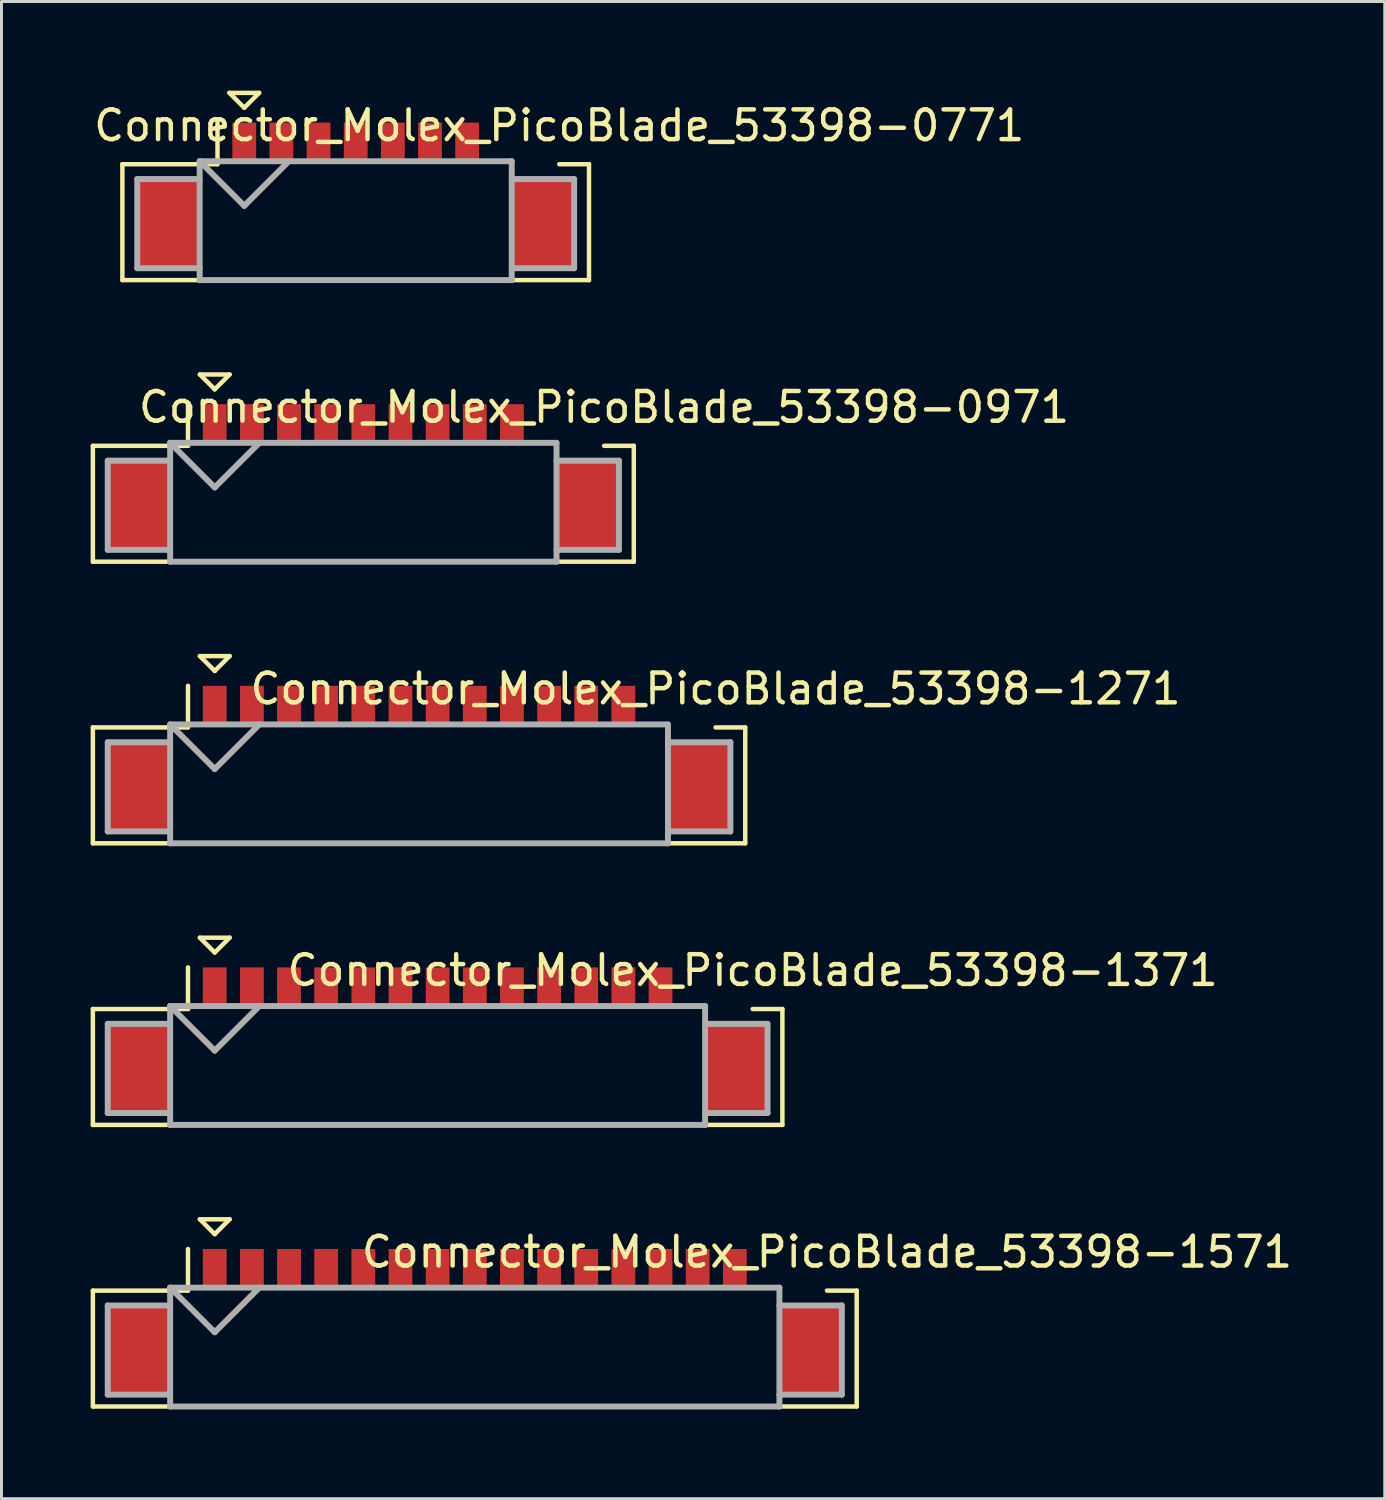
<source format=kicad_pcb>
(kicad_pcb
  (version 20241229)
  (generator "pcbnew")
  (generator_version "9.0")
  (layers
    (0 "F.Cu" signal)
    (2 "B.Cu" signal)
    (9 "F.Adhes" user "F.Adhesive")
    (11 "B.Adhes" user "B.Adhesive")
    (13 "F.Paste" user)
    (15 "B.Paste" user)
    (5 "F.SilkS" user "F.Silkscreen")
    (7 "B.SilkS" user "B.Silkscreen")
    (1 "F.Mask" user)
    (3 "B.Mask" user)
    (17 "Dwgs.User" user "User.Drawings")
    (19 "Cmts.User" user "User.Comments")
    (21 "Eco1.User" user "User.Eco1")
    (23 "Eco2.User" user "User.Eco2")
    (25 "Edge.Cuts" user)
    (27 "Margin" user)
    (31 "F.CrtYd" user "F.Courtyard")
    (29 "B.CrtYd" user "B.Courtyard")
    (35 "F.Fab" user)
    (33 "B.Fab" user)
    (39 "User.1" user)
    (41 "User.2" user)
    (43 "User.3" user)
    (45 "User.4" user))
  (footprint "Connector_Molex_PicoBlade_53398-0971"
    (layer "F.Cu")
    (at 9.175 13.95)
    (property "Reference" "Connector_Molex_PicoBlade_53398-0971" (at 8.1 -3.3 0) (layer "F.SilkS") (effects (font (size 1 1) (thickness 0.15))))
    (attr through_hole)
    (fp_line (start -9.1 -2) (end -9.1 1.9) (stroke (width 0.15) (type solid)) (layer "F.SilkS"))
    (fp_line (start -9.1 1.9) (end 9.1 1.9) (stroke (width 0.15) (type solid)) (layer "F.SilkS"))
    (fp_line (start -5.9 -3.4) (end -5.9 -2) (stroke (width 0.15) (type solid)) (layer "F.SilkS"))
    (fp_line (start -5.9 -2) (end -9.1 -2) (stroke (width 0.15) (type solid)) (layer "F.SilkS"))
    (fp_line (start -5.5 -4.4) (end -4.5 -4.4) (stroke (width 0.15) (type solid)) (layer "F.SilkS"))
    (fp_line (start -5 -3.9) (end -5.5 -4.4) (stroke (width 0.15) (type solid)) (layer "F.SilkS"))
    (fp_line (start -4.5 -4.4) (end -5 -3.9) (stroke (width 0.15) (type solid)) (layer "F.SilkS"))
    (fp_line (start 9.1 -2) (end 8.1 -2) (stroke (width 0.15) (type solid)) (layer "F.SilkS"))
    (fp_line (start 9.1 1.9) (end 9.1 -2) (stroke (width 0.15) (type solid)) (layer "F.SilkS"))
    (fp_line (start -8.6 -1.5) (end -8.6 1.5) (stroke (width 0.2) (type solid)) (layer "F.Fab"))
    (fp_line (start -8.6 1.5) (end -6.5 1.5) (stroke (width 0.2) (type solid)) (layer "F.Fab"))
    (fp_line (start -6.5 -2.1) (end -6.5 1.9) (stroke (width 0.2) (type solid)) (layer "F.Fab"))
    (fp_line (start -6.5 -2.1) (end -5 -0.6) (stroke (width 0.2) (type solid)) (layer "F.Fab"))
    (fp_line (start -6.5 -1.5) (end -8.6 -1.5) (stroke (width 0.2) (type solid)) (layer "F.Fab"))
    (fp_line (start -6.5 1.9) (end 6.5 1.9) (stroke (width 0.2) (type solid)) (layer "F.Fab"))
    (fp_line (start -5 -0.6) (end -3.5 -2.1) (stroke (width 0.2) (type solid)) (layer "F.Fab"))
    (fp_line (start 6.5 -2.1) (end -6.5 -2.1) (stroke (width 0.2) (type solid)) (layer "F.Fab"))
    (fp_line (start 6.5 -1.5) (end 8.6 -1.5) (stroke (width 0.2) (type solid)) (layer "F.Fab"))
    (fp_line (start 6.5 1.9) (end 6.5 -2.1) (stroke (width 0.2) (type solid)) (layer "F.Fab"))
    (fp_line (start 8.6 -1.5) (end 8.6 1.5) (stroke (width 0.2) (type solid)) (layer "F.Fab"))
    (fp_line (start 8.6 1.5) (end 6.5 1.5) (stroke (width 0.2) (type solid)) (layer "F.Fab"))
    (pad "" smd rect (at -7.55 0) (size 2.1 3) (layers "F.Cu" "F.Mask" "F.Paste"))
    (pad "" smd rect (at 7.55 0) (size 2.1 3) (layers "F.Cu" "F.Mask" "F.Paste"))
    (pad "1" smd rect (at -5 -2.75) (size 0.8 1.3) (layers "F.Cu" "F.Mask" "F.Paste"))
    (pad "2" smd rect (at -3.75 -2.75) (size 0.8 1.3) (layers "F.Cu" "F.Mask" "F.Paste"))
    (pad "3" smd rect (at -2.5 -2.75) (size 0.8 1.3) (layers "F.Cu" "F.Mask" "F.Paste"))
    (pad "4" smd rect (at -1.25 -2.75) (size 0.8 1.3) (layers "F.Cu" "F.Mask" "F.Paste"))
    (pad "5" smd rect (at 0 -2.75) (size 0.8 1.3) (layers "F.Cu" "F.Mask" "F.Paste"))
    (pad "6" smd rect (at 1.25 -2.75) (size 0.8 1.3) (layers "F.Cu" "F.Mask" "F.Paste"))
    (pad "7" smd rect (at 2.5 -2.75) (size 0.8 1.3) (layers "F.Cu" "F.Mask" "F.Paste"))
    (pad "8" smd rect (at 3.75 -2.75) (size 0.8 1.3) (layers "F.Cu" "F.Mask" "F.Paste"))
    (pad "9" smd rect (at 5 -2.75) (size 0.8 1.3) (layers "F.Cu" "F.Mask" "F.Paste")))
  (footprint "Connector_Molex_PicoBlade_53398-1571"
    (layer "F.Cu")
    (at 12.925 42.375)
    (property "Reference" "Connector_Molex_PicoBlade_53398-1571" (at 11.85 -3.3 0) (layer "F.SilkS") (effects (font (size 1 1) (thickness 0.15))))
    (attr through_hole)
    (fp_line (start -12.85 -2) (end -12.85 1.9) (stroke (width 0.15) (type solid)) (layer "F.SilkS"))
    (fp_line (start -12.85 1.9) (end 12.85 1.9) (stroke (width 0.15) (type solid)) (layer "F.SilkS"))
    (fp_line (start -9.65 -3.4) (end -9.65 -2) (stroke (width 0.15) (type solid)) (layer "F.SilkS"))
    (fp_line (start -9.65 -2) (end -12.85 -2) (stroke (width 0.15) (type solid)) (layer "F.SilkS"))
    (fp_line (start -9.25 -4.4) (end -8.25 -4.4) (stroke (width 0.15) (type solid)) (layer "F.SilkS"))
    (fp_line (start -8.75 -3.9) (end -9.25 -4.4) (stroke (width 0.15) (type solid)) (layer "F.SilkS"))
    (fp_line (start -8.25 -4.4) (end -8.75 -3.9) (stroke (width 0.15) (type solid)) (layer "F.SilkS"))
    (fp_line (start 12.85 -2) (end 11.85 -2) (stroke (width 0.15) (type solid)) (layer "F.SilkS"))
    (fp_line (start 12.85 1.9) (end 12.85 -2) (stroke (width 0.15) (type solid)) (layer "F.SilkS"))
    (fp_line (start -12.35 -1.5) (end -12.35 1.5) (stroke (width 0.2) (type solid)) (layer "F.Fab"))
    (fp_line (start -12.35 1.5) (end -10.25 1.5) (stroke (width 0.2) (type solid)) (layer "F.Fab"))
    (fp_line (start -10.25 -2.1) (end -10.25 1.9) (stroke (width 0.2) (type solid)) (layer "F.Fab"))
    (fp_line (start -10.25 -2.1) (end -8.75 -0.6) (stroke (width 0.2) (type solid)) (layer "F.Fab"))
    (fp_line (start -10.25 -1.5) (end -12.35 -1.5) (stroke (width 0.2) (type solid)) (layer "F.Fab"))
    (fp_line (start -10.25 1.9) (end 10.25 1.9) (stroke (width 0.2) (type solid)) (layer "F.Fab"))
    (fp_line (start -8.75 -0.6) (end -7.25 -2.1) (stroke (width 0.2) (type solid)) (layer "F.Fab"))
    (fp_line (start 10.25 -2.1) (end -10.25 -2.1) (stroke (width 0.2) (type solid)) (layer "F.Fab"))
    (fp_line (start 10.25 -1.5) (end 12.35 -1.5) (stroke (width 0.2) (type solid)) (layer "F.Fab"))
    (fp_line (start 10.25 1.9) (end 10.25 -2.1) (stroke (width 0.2) (type solid)) (layer "F.Fab"))
    (fp_line (start 12.35 -1.5) (end 12.35 1.5) (stroke (width 0.2) (type solid)) (layer "F.Fab"))
    (fp_line (start 12.35 1.5) (end 10.25 1.5) (stroke (width 0.2) (type solid)) (layer "F.Fab"))
    (pad "" smd rect (at -11.3 0) (size 2.1 3) (layers "F.Cu" "F.Mask" "F.Paste"))
    (pad "" smd rect (at 11.3 0) (size 2.1 3) (layers "F.Cu" "F.Mask" "F.Paste"))
    (pad "1" smd rect (at -8.75 -2.75) (size 0.8 1.3) (layers "F.Cu" "F.Mask" "F.Paste"))
    (pad "2" smd rect (at -7.5 -2.75) (size 0.8 1.3) (layers "F.Cu" "F.Mask" "F.Paste"))
    (pad "3" smd rect (at -6.25 -2.75) (size 0.8 1.3) (layers "F.Cu" "F.Mask" "F.Paste"))
    (pad "4" smd rect (at -5 -2.75) (size 0.8 1.3) (layers "F.Cu" "F.Mask" "F.Paste"))
    (pad "5" smd rect (at -3.75 -2.75) (size 0.8 1.3) (layers "F.Cu" "F.Mask" "F.Paste"))
    (pad "6" smd rect (at -2.5 -2.75) (size 0.8 1.3) (layers "F.Cu" "F.Mask" "F.Paste"))
    (pad "7" smd rect (at -1.25 -2.75) (size 0.8 1.3) (layers "F.Cu" "F.Mask" "F.Paste"))
    (pad "8" smd rect (at 0 -2.75) (size 0.8 1.3) (layers "F.Cu" "F.Mask" "F.Paste"))
    (pad "9" smd rect (at 1.25 -2.75) (size 0.8 1.3) (layers "F.Cu" "F.Mask" "F.Paste"))
    (pad "10" smd rect (at 2.5 -2.75) (size 0.8 1.3) (layers "F.Cu" "F.Mask" "F.Paste"))
    (pad "11" smd rect (at 3.75 -2.75) (size 0.8 1.3) (layers "F.Cu" "F.Mask" "F.Paste"))
    (pad "12" smd rect (at 5 -2.75) (size 0.8 1.3) (layers "F.Cu" "F.Mask" "F.Paste"))
    (pad "13" smd rect (at 6.25 -2.75) (size 0.8 1.3) (layers "F.Cu" "F.Mask" "F.Paste"))
    (pad "14" smd rect (at 7.5 -2.75) (size 0.8 1.3) (layers "F.Cu" "F.Mask" "F.Paste"))
    (pad "15" smd rect (at 8.75 -2.75) (size 0.8 1.3) (layers "F.Cu" "F.Mask" "F.Paste")))
  (footprint "Connector_Molex_PicoBlade_53398-1271"
    (layer "F.Cu")
    (at 11.05 23.425)
    (property "Reference" "Connector_Molex_PicoBlade_53398-1271" (at 9.975 -3.3 0) (layer "F.SilkS") (effects (font (size 1 1) (thickness 0.15))))
    (attr through_hole)
    (fp_line (start -10.975 -2) (end -10.975 1.9) (stroke (width 0.15) (type solid)) (layer "F.SilkS"))
    (fp_line (start -10.975 1.9) (end 10.975 1.9) (stroke (width 0.15) (type solid)) (layer "F.SilkS"))
    (fp_line (start -7.775 -3.4) (end -7.775 -2) (stroke (width 0.15) (type solid)) (layer "F.SilkS"))
    (fp_line (start -7.775 -2) (end -10.975 -2) (stroke (width 0.15) (type solid)) (layer "F.SilkS"))
    (fp_line (start -7.375 -4.4) (end -6.375 -4.4) (stroke (width 0.15) (type solid)) (layer "F.SilkS"))
    (fp_line (start -6.875 -3.9) (end -7.375 -4.4) (stroke (width 0.15) (type solid)) (layer "F.SilkS"))
    (fp_line (start -6.375 -4.4) (end -6.875 -3.9) (stroke (width 0.15) (type solid)) (layer "F.SilkS"))
    (fp_line (start 10.975 -2) (end 9.975 -2) (stroke (width 0.15) (type solid)) (layer "F.SilkS"))
    (fp_line (start 10.975 1.9) (end 10.975 -2) (stroke (width 0.15) (type solid)) (layer "F.SilkS"))
    (fp_line (start -10.475 -1.5) (end -10.475 1.5) (stroke (width 0.2) (type solid)) (layer "F.Fab"))
    (fp_line (start -10.475 1.5) (end -8.375 1.5) (stroke (width 0.2) (type solid)) (layer "F.Fab"))
    (fp_line (start -8.375 -2.1) (end -8.375 1.9) (stroke (width 0.2) (type solid)) (layer "F.Fab"))
    (fp_line (start -8.375 -2.1) (end -6.875 -0.6) (stroke (width 0.2) (type solid)) (layer "F.Fab"))
    (fp_line (start -8.375 -1.5) (end -10.475 -1.5) (stroke (width 0.2) (type solid)) (layer "F.Fab"))
    (fp_line (start -8.375 1.9) (end 8.375 1.9) (stroke (width 0.2) (type solid)) (layer "F.Fab"))
    (fp_line (start -6.875 -0.6) (end -5.375 -2.1) (stroke (width 0.2) (type solid)) (layer "F.Fab"))
    (fp_line (start 8.375 -2.1) (end -8.375 -2.1) (stroke (width 0.2) (type solid)) (layer "F.Fab"))
    (fp_line (start 8.375 -1.5) (end 10.475 -1.5) (stroke (width 0.2) (type solid)) (layer "F.Fab"))
    (fp_line (start 8.375 1.9) (end 8.375 -2.1) (stroke (width 0.2) (type solid)) (layer "F.Fab"))
    (fp_line (start 10.475 -1.5) (end 10.475 1.5) (stroke (width 0.2) (type solid)) (layer "F.Fab"))
    (fp_line (start 10.475 1.5) (end 8.375 1.5) (stroke (width 0.2) (type solid)) (layer "F.Fab"))
    (pad "" smd rect (at -9.425 0) (size 2.1 3) (layers "F.Cu" "F.Mask" "F.Paste"))
    (pad "" smd rect (at 9.425 0) (size 2.1 3) (layers "F.Cu" "F.Mask" "F.Paste"))
    (pad "1" smd rect (at -6.875 -2.75) (size 0.8 1.3) (layers "F.Cu" "F.Mask" "F.Paste"))
    (pad "2" smd rect (at -5.625 -2.75) (size 0.8 1.3) (layers "F.Cu" "F.Mask" "F.Paste"))
    (pad "3" smd rect (at -4.375 -2.75) (size 0.8 1.3) (layers "F.Cu" "F.Mask" "F.Paste"))
    (pad "4" smd rect (at -3.125 -2.75) (size 0.8 1.3) (layers "F.Cu" "F.Mask" "F.Paste"))
    (pad "5" smd rect (at -1.875 -2.75) (size 0.8 1.3) (layers "F.Cu" "F.Mask" "F.Paste"))
    (pad "6" smd rect (at -0.625 -2.75) (size 0.8 1.3) (layers "F.Cu" "F.Mask" "F.Paste"))
    (pad "7" smd rect (at 0.625 -2.75) (size 0.8 1.3) (layers "F.Cu" "F.Mask" "F.Paste"))
    (pad "8" smd rect (at 1.875 -2.75) (size 0.8 1.3) (layers "F.Cu" "F.Mask" "F.Paste"))
    (pad "9" smd rect (at 3.125 -2.75) (size 0.8 1.3) (layers "F.Cu" "F.Mask" "F.Paste"))
    (pad "10" smd rect (at 4.375 -2.75) (size 0.8 1.3) (layers "F.Cu" "F.Mask" "F.Paste"))
    (pad "11" smd rect (at 5.625 -2.75) (size 0.8 1.3) (layers "F.Cu" "F.Mask" "F.Paste"))
    (pad "12" smd rect (at 6.875 -2.75) (size 0.8 1.3) (layers "F.Cu" "F.Mask" "F.Paste")))
  (footprint "Connector_Molex_PicoBlade_53398-1371"
    (layer "F.Cu")
    (at 11.675 32.9)
    (property "Reference" "Connector_Molex_PicoBlade_53398-1371" (at 10.6 -3.3 0) (layer "F.SilkS") (effects (font (size 1 1) (thickness 0.15))))
    (attr through_hole)
    (fp_line (start -11.6 -2) (end -11.6 1.9) (stroke (width 0.15) (type solid)) (layer "F.SilkS"))
    (fp_line (start -11.6 1.9) (end 11.6 1.9) (stroke (width 0.15) (type solid)) (layer "F.SilkS"))
    (fp_line (start -8.4 -3.4) (end -8.4 -2) (stroke (width 0.15) (type solid)) (layer "F.SilkS"))
    (fp_line (start -8.4 -2) (end -11.6 -2) (stroke (width 0.15) (type solid)) (layer "F.SilkS"))
    (fp_line (start -8 -4.4) (end -7 -4.4) (stroke (width 0.15) (type solid)) (layer "F.SilkS"))
    (fp_line (start -7.5 -3.9) (end -8 -4.4) (stroke (width 0.15) (type solid)) (layer "F.SilkS"))
    (fp_line (start -7 -4.4) (end -7.5 -3.9) (stroke (width 0.15) (type solid)) (layer "F.SilkS"))
    (fp_line (start 11.6 -2) (end 10.6 -2) (stroke (width 0.15) (type solid)) (layer "F.SilkS"))
    (fp_line (start 11.6 1.9) (end 11.6 -2) (stroke (width 0.15) (type solid)) (layer "F.SilkS"))
    (fp_line (start -11.1 -1.5) (end -11.1 1.5) (stroke (width 0.2) (type solid)) (layer "F.Fab"))
    (fp_line (start -11.1 1.5) (end -9 1.5) (stroke (width 0.2) (type solid)) (layer "F.Fab"))
    (fp_line (start -9 -2.1) (end -9 1.9) (stroke (width 0.2) (type solid)) (layer "F.Fab"))
    (fp_line (start -9 -2.1) (end -7.5 -0.6) (stroke (width 0.2) (type solid)) (layer "F.Fab"))
    (fp_line (start -9 -1.5) (end -11.1 -1.5) (stroke (width 0.2) (type solid)) (layer "F.Fab"))
    (fp_line (start -9 1.9) (end 9 1.9) (stroke (width 0.2) (type solid)) (layer "F.Fab"))
    (fp_line (start -7.5 -0.6) (end -6 -2.1) (stroke (width 0.2) (type solid)) (layer "F.Fab"))
    (fp_line (start 9 -2.1) (end -9 -2.1) (stroke (width 0.2) (type solid)) (layer "F.Fab"))
    (fp_line (start 9 -1.5) (end 11.1 -1.5) (stroke (width 0.2) (type solid)) (layer "F.Fab"))
    (fp_line (start 9 1.9) (end 9 -2.1) (stroke (width 0.2) (type solid)) (layer "F.Fab"))
    (fp_line (start 11.1 -1.5) (end 11.1 1.5) (stroke (width 0.2) (type solid)) (layer "F.Fab"))
    (fp_line (start 11.1 1.5) (end 9 1.5) (stroke (width 0.2) (type solid)) (layer "F.Fab"))
    (pad "" smd rect (at -10.05 0) (size 2.1 3) (layers "F.Cu" "F.Mask" "F.Paste"))
    (pad "" smd rect (at 10.05 0) (size 2.1 3) (layers "F.Cu" "F.Mask" "F.Paste"))
    (pad "1" smd rect (at -7.5 -2.75) (size 0.8 1.3) (layers "F.Cu" "F.Mask" "F.Paste"))
    (pad "2" smd rect (at -6.25 -2.75) (size 0.8 1.3) (layers "F.Cu" "F.Mask" "F.Paste"))
    (pad "3" smd rect (at -5 -2.75) (size 0.8 1.3) (layers "F.Cu" "F.Mask" "F.Paste"))
    (pad "4" smd rect (at -3.75 -2.75) (size 0.8 1.3) (layers "F.Cu" "F.Mask" "F.Paste"))
    (pad "5" smd rect (at -2.5 -2.75) (size 0.8 1.3) (layers "F.Cu" "F.Mask" "F.Paste"))
    (pad "6" smd rect (at -1.25 -2.75) (size 0.8 1.3) (layers "F.Cu" "F.Mask" "F.Paste"))
    (pad "7" smd rect (at 0 -2.75) (size 0.8 1.3) (layers "F.Cu" "F.Mask" "F.Paste"))
    (pad "8" smd rect (at 1.25 -2.75) (size 0.8 1.3) (layers "F.Cu" "F.Mask" "F.Paste"))
    (pad "9" smd rect (at 2.5 -2.75) (size 0.8 1.3) (layers "F.Cu" "F.Mask" "F.Paste"))
    (pad "10" smd rect (at 3.75 -2.75) (size 0.8 1.3) (layers "F.Cu" "F.Mask" "F.Paste"))
    (pad "11" smd rect (at 5 -2.75) (size 0.8 1.3) (layers "F.Cu" "F.Mask" "F.Paste"))
    (pad "12" smd rect (at 6.25 -2.75) (size 0.8 1.3) (layers "F.Cu" "F.Mask" "F.Paste"))
    (pad "13" smd rect (at 7.5 -2.75) (size 0.8 1.3) (layers "F.Cu" "F.Mask" "F.Paste")))
  (footprint "Connector_Molex_PicoBlade_53398-0771"
    (layer "F.Cu")
    (at 8.918 4.475)
    (property "Reference" "Connector_Molex_PicoBlade_53398-0771" (at 6.85 -3.3 0) (layer "F.SilkS") (effects (font (size 1 1) (thickness 0.15))))
    (attr through_hole)
    (fp_line (start -7.85 -2) (end -7.85 1.9) (stroke (width 0.15) (type solid)) (layer "F.SilkS"))
    (fp_line (start -7.85 1.9) (end 7.85 1.9) (stroke (width 0.15) (type solid)) (layer "F.SilkS"))
    (fp_line (start -4.65 -3.4) (end -4.65 -2) (stroke (width 0.15) (type solid)) (layer "F.SilkS"))
    (fp_line (start -4.65 -2) (end -7.85 -2) (stroke (width 0.15) (type solid)) (layer "F.SilkS"))
    (fp_line (start -4.25 -4.4) (end -3.25 -4.4) (stroke (width 0.15) (type solid)) (layer "F.SilkS"))
    (fp_line (start -3.75 -3.9) (end -4.25 -4.4) (stroke (width 0.15) (type solid)) (layer "F.SilkS"))
    (fp_line (start -3.25 -4.4) (end -3.75 -3.9) (stroke (width 0.15) (type solid)) (layer "F.SilkS"))
    (fp_line (start 7.85 -2) (end 6.85 -2) (stroke (width 0.15) (type solid)) (layer "F.SilkS"))
    (fp_line (start 7.85 1.9) (end 7.85 -2) (stroke (width 0.15) (type solid)) (layer "F.SilkS"))
    (fp_line (start -7.35 -1.5) (end -7.35 1.5) (stroke (width 0.2) (type solid)) (layer "F.Fab"))
    (fp_line (start -7.35 1.5) (end -5.25 1.5) (stroke (width 0.2) (type solid)) (layer "F.Fab"))
    (fp_line (start -5.25 -2.1) (end -5.25 1.9) (stroke (width 0.2) (type solid)) (layer "F.Fab"))
    (fp_line (start -5.25 -2.1) (end -3.75 -0.6) (stroke (width 0.2) (type solid)) (layer "F.Fab"))
    (fp_line (start -5.25 -1.5) (end -7.35 -1.5) (stroke (width 0.2) (type solid)) (layer "F.Fab"))
    (fp_line (start -5.25 1.9) (end 5.25 1.9) (stroke (width 0.2) (type solid)) (layer "F.Fab"))
    (fp_line (start -3.75 -0.6) (end -2.25 -2.1) (stroke (width 0.2) (type solid)) (layer "F.Fab"))
    (fp_line (start 5.25 -2.1) (end -5.25 -2.1) (stroke (width 0.2) (type solid)) (layer "F.Fab"))
    (fp_line (start 5.25 -1.5) (end 7.35 -1.5) (stroke (width 0.2) (type solid)) (layer "F.Fab"))
    (fp_line (start 5.25 1.9) (end 5.25 -2.1) (stroke (width 0.2) (type solid)) (layer "F.Fab"))
    (fp_line (start 7.35 -1.5) (end 7.35 1.5) (stroke (width 0.2) (type solid)) (layer "F.Fab"))
    (fp_line (start 7.35 1.5) (end 5.25 1.5) (stroke (width 0.2) (type solid)) (layer "F.Fab"))
    (pad "" smd rect (at -6.3 0) (size 2.1 3) (layers "F.Cu" "F.Mask" "F.Paste"))
    (pad "" smd rect (at 6.3 0) (size 2.1 3) (layers "F.Cu" "F.Mask" "F.Paste"))
    (pad "1" smd rect (at -3.75 -2.75) (size 0.8 1.3) (layers "F.Cu" "F.Mask" "F.Paste"))
    (pad "2" smd rect (at -2.5 -2.75) (size 0.8 1.3) (layers "F.Cu" "F.Mask" "F.Paste"))
    (pad "3" smd rect (at -1.25 -2.75) (size 0.8 1.3) (layers "F.Cu" "F.Mask" "F.Paste"))
    (pad "4" smd rect (at 0 -2.75) (size 0.8 1.3) (layers "F.Cu" "F.Mask" "F.Paste"))
    (pad "5" smd rect (at 1.25 -2.75) (size 0.8 1.3) (layers "F.Cu" "F.Mask" "F.Paste"))
    (pad "6" smd rect (at 2.5 -2.75) (size 0.8 1.3) (layers "F.Cu" "F.Mask" "F.Paste"))
    (pad "7" smd rect (at 3.75 -2.75) (size 0.8 1.3) (layers "F.Cu" "F.Mask" "F.Paste")))
  (gr_rect
    (start -3 -3)
    (end 43.543 47.375)
    (stroke (width 0.1) (type default))
    (fill no)
    (layer "Edge.Cuts")))
</source>
